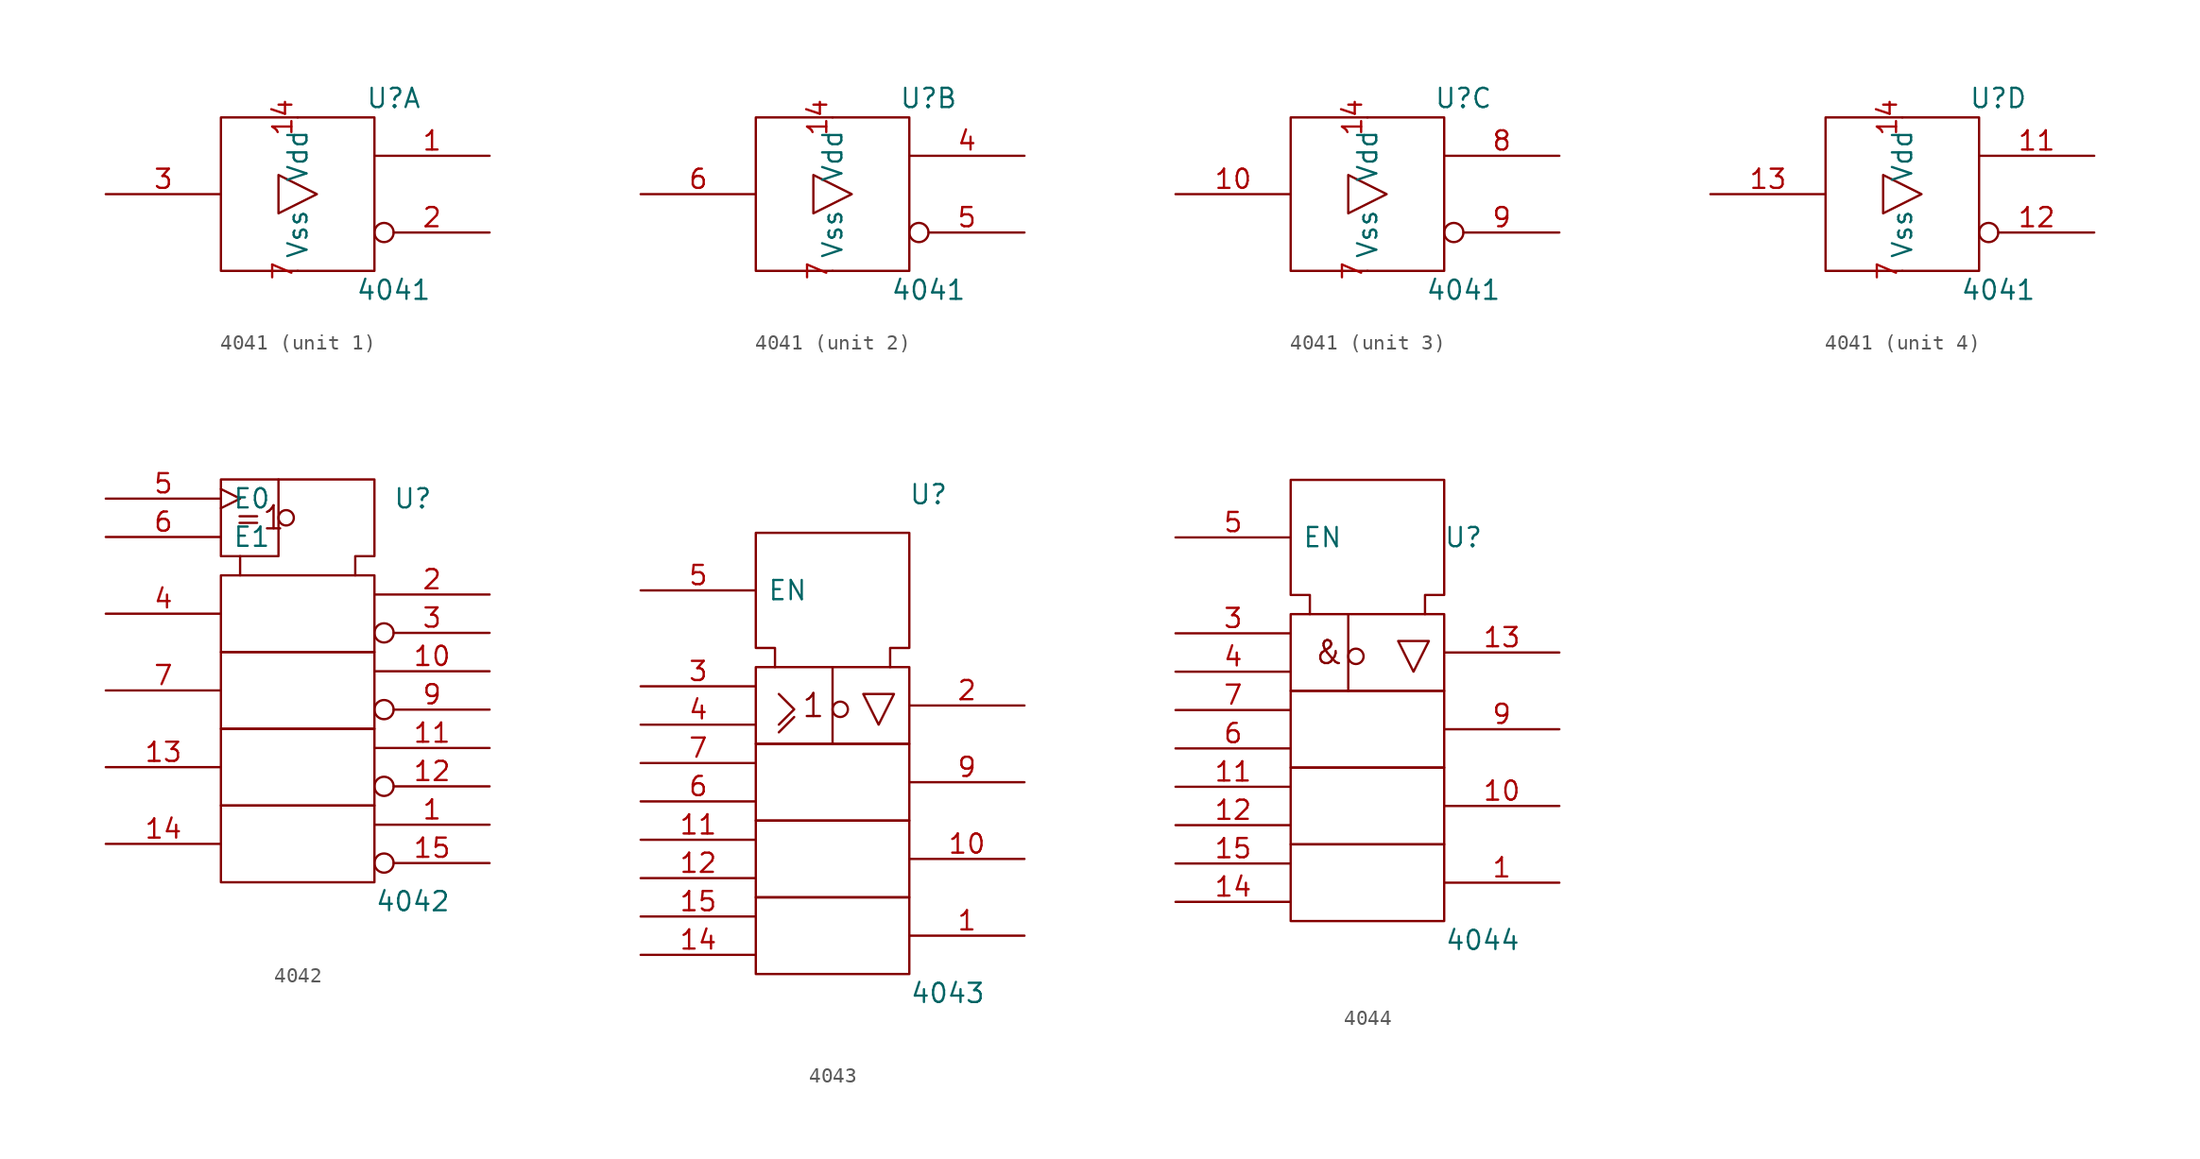
<source format=kicad_sym>
(kicad_symbol_lib
  (version 20201005)
  (generator kicad_symbol_editor)
  (symbol "4xxx_IEEE:4041"
    (pin_names
      (offset 0.762))
    (property "Reference" "U"
      (at 6.35 6.35 0)
      (effects (font (size 1.27 1.27))))
    (property "Value" "4041"
      (at 6.35 -6.35 0)
      (effects (font (size 1.27 1.27))))
    (symbol "4041_0_0"
      (rectangle (start -5.08 5.08) (end 5.08 -5.08) (stroke (width 0)) (fill (type none)))
      (polyline (pts (xy -1.27 1.27) (xy -1.27 -1.27) (xy 1.27 0) (xy -1.27 1.27) (xy -1.27 1.27)) (stroke (width 0)) (fill (type none))))
    (symbol "4041_0_1"
      (pin power_in line (at 0 5.08 270) (length 0) (name "Vdd" (effects (font (size 1.27 1.27)))) (number "14" (effects (font (size 1.27 1.27)))))
      (pin power_in line (at 0 -5.08 90) (length 0) (name "Vss" (effects (font (size 1.27 1.27)))) (number "7" (effects (font (size 1.27 1.27))))))
    (symbol "4041_1_1"
      (pin output line (at 12.7 2.54 180) (length 7.62) (name "~" (effects (font (size 1.27 1.27)))) (number "1" (effects (font (size 1.27 1.27)))))
      (pin output inverted (at 12.7 -2.54 180) (length 7.62) (name "~" (effects (font (size 1.27 1.27)))) (number "2" (effects (font (size 1.27 1.27)))))
      (pin output line (at -12.7 0 0) (length 7.62) (name "~" (effects (font (size 1.27 1.27)))) (number "3" (effects (font (size 1.27 1.27))))))
    (symbol "4041_2_1"
      (pin output line (at 12.7 2.54 180) (length 7.62) (name "~" (effects (font (size 1.27 1.27)))) (number "4" (effects (font (size 1.27 1.27)))))
      (pin output inverted (at 12.7 -2.54 180) (length 7.62) (name "~" (effects (font (size 1.27 1.27)))) (number "5" (effects (font (size 1.27 1.27)))))
      (pin output line (at -12.7 0 0) (length 7.62) (name "~" (effects (font (size 1.27 1.27)))) (number "6" (effects (font (size 1.27 1.27))))))
    (symbol "4041_3_1"
      (pin output line (at -12.7 0 0) (length 7.62) (name "~" (effects (font (size 1.27 1.27)))) (number "10" (effects (font (size 1.27 1.27)))))
      (pin output line (at 12.7 2.54 180) (length 7.62) (name "~" (effects (font (size 1.27 1.27)))) (number "8" (effects (font (size 1.27 1.27)))))
      (pin output inverted (at 12.7 -2.54 180) (length 7.62) (name "~" (effects (font (size 1.27 1.27)))) (number "9" (effects (font (size 1.27 1.27))))))
    (symbol "4041_4_1"
      (pin output line (at 12.7 2.54 180) (length 7.62) (name "~" (effects (font (size 1.27 1.27)))) (number "11" (effects (font (size 1.27 1.27)))))
      (pin output inverted (at 12.7 -2.54 180) (length 7.62) (name "~" (effects (font (size 1.27 1.27)))) (number "12" (effects (font (size 1.27 1.27)))))
      (pin output line (at -12.7 0 0) (length 7.62) (name "~" (effects (font (size 1.27 1.27)))) (number "13" (effects (font (size 1.27 1.27)))))))
  (symbol "4xxx_IEEE:4042"
    (pin_names
      (offset 0.762))
    (property "Reference" "U"
      (at 7.62 11.43 0)
      (effects (font (size 1.27 1.27))))
    (property "Value" "4042"
      (at 7.62 -15.24 0)
      (effects (font (size 1.27 1.27))))
    (symbol "4042_0_0"
      (circle (center -0.762 10.16) (radius 0.508) (stroke (width 0)) (fill (type none)))
      (text "=1" (at -2.54 10.16 0) (effects (font (size 1.524 1.524))))
      (polyline (pts (xy -1.27 12.7) (xy -1.27 7.62) (xy -3.81 7.62) (xy -3.81 7.62)) (stroke (width 0)) (fill (type none))))
    (symbol "4042_0_1"
      (rectangle (start -5.08 -8.89) (end 5.08 -13.97) (stroke (width 0)) (fill (type none)))
      (rectangle (start -5.08 1.27) (end 5.08 -3.81) (stroke (width 0)) (fill (type none)))
      (rectangle (start 5.08 -3.81) (end -5.08 -8.89) (stroke (width 0)) (fill (type none)))
      (rectangle (start 5.08 6.35) (end -5.08 1.27) (stroke (width 0)) (fill (type none)))
      (polyline (pts (xy -3.81 6.35) (xy -3.81 7.62) (xy -5.08 7.62) (xy -5.08 12.7) (xy 5.08 12.7) (xy 5.08 7.62) (xy 3.81 7.62) (xy 3.81 6.35) (xy 3.81 6.35)) (stroke (width 0)) (fill (type none))))
    (symbol "4042_1_0"
      (pin output line (at 12.7 -10.16 180) (length 7.62) (name "~" (effects (font (size 1.27 1.27)))) (number "1" (effects (font (size 1.27 1.27)))))
      (pin output line (at 12.7 0 180) (length 7.62) (name "~" (effects (font (size 1.27 1.27)))) (number "10" (effects (font (size 1.27 1.27)))))
      (pin output line (at 12.7 -5.08 180) (length 7.62) (name "~" (effects (font (size 1.27 1.27)))) (number "11" (effects (font (size 1.27 1.27)))))
      (pin output inverted (at 12.7 -7.62 180) (length 7.62) (name "~" (effects (font (size 1.27 1.27)))) (number "12" (effects (font (size 1.27 1.27)))))
      (pin input line (at -12.7 -6.35 0) (length 7.62) (name "~" (effects (font (size 1.27 1.27)))) (number "13" (effects (font (size 1.27 1.27)))))
      (pin input line (at -12.7 -11.43 0) (length 7.62) (name "~" (effects (font (size 1.27 1.27)))) (number "14" (effects (font (size 1.27 1.27)))))
      (pin output inverted (at 12.7 -12.7 180) (length 7.62) (name "~" (effects (font (size 1.27 1.27)))) (number "15" (effects (font (size 1.27 1.27)))))
      (pin power_in line (at 3.81 12.7 270) (length 0) hide (name "Vdd" (effects (font (size 1.27 1.27)))) (number "16" (effects (font (size 1.27 1.27)))))
      (pin output line (at 12.7 5.08 180) (length 7.62) (name "~" (effects (font (size 1.27 1.27)))) (number "2" (effects (font (size 1.27 1.27)))))
      (pin output inverted (at 12.7 2.54 180) (length 7.62) (name "~" (effects (font (size 1.27 1.27)))) (number "3" (effects (font (size 1.27 1.27)))))
      (pin input line (at -12.7 3.81 0) (length 7.62) (name "~" (effects (font (size 1.27 1.27)))) (number "4" (effects (font (size 1.27 1.27)))))
      (pin input clock (at -12.7 11.43 0) (length 7.62) (name "E0" (effects (font (size 1.27 1.27)))) (number "5" (effects (font (size 1.27 1.27)))))
      (pin input line (at -12.7 8.89 0) (length 7.62) (name "E1" (effects (font (size 1.27 1.27)))) (number "6" (effects (font (size 1.27 1.27)))))
      (pin input line (at -12.7 -1.27 0) (length 7.62) (name "~" (effects (font (size 1.27 1.27)))) (number "7" (effects (font (size 1.27 1.27)))))
      (pin power_in line (at 1.27 12.7 270) (length 0) hide (name "Vss" (effects (font (size 1.27 1.27)))) (number "8" (effects (font (size 1.27 1.27)))))
      (pin output inverted (at 12.7 -2.54 180) (length 7.62) (name "~" (effects (font (size 1.27 1.27)))) (number "9" (effects (font (size 1.27 1.27)))))))
  (symbol "4xxx_IEEE:4043"
    (pin_names
      (offset 0.762))
    (property "Reference" "U"
      (at 6.35 12.7 0)
      (effects (font (size 1.27 1.27))))
    (property "Value" "4043"
      (at 7.62 -20.32 0)
      (effects (font (size 1.27 1.27))))
    (symbol "4043_0_0"
      (circle (center 0.508 -1.524) (radius 0.508) (stroke (width 0)) (fill (type none)))
      (text "1" (at -1.27 -1.27 0) (effects (font (size 1.524 1.524))))
      (rectangle (start -5.08 -13.97) (end 5.08 -19.05) (stroke (width 0)) (fill (type none)))
      (rectangle (start -5.08 -8.89) (end 5.08 -13.97) (stroke (width 0)) (fill (type none)))
      (rectangle (start -5.08 -3.81) (end 5.08 -8.89) (stroke (width 0)) (fill (type none)))
      (rectangle (start -5.08 1.27) (end 5.08 -3.81) (stroke (width 0)) (fill (type none)))
      (polyline (pts (xy -3.556 -3.048) (xy -2.54 -2.032) (xy -2.54 -2.032)) (stroke (width 0)) (fill (type none)))
      (polyline (pts (xy 0 1.27) (xy 0 -3.81) (xy 0 -3.81)) (stroke (width 0)) (fill (type none)))
      (polyline (pts (xy -3.556 -0.508) (xy -2.54 -1.524) (xy -3.556 -2.54) (xy -3.556 -2.54)) (stroke (width 0)) (fill (type none)))
      (polyline (pts (xy 2.032 -0.508) (xy 3.048 -2.54) (xy 4.064 -0.508) (xy 2.032 -0.508) (xy 2.032 -0.508)) (stroke (width 0)) (fill (type none)))
      (polyline (pts (xy -3.81 1.27) (xy -3.81 2.54) (xy -5.08 2.54) (xy -5.08 10.16) (xy 5.08 10.16) (xy 5.08 2.54) (xy 3.81 2.54) (xy 3.81 1.27) (xy 3.81 1.27)) (stroke (width 0)) (fill (type none))))
    (symbol "4043_1_0"
      (pin output line (at 12.7 -16.51 180) (length 7.62) (name "~" (effects (font (size 1.27 1.27)))) (number "1" (effects (font (size 1.27 1.27)))))
      (pin output line (at 12.7 -11.43 180) (length 7.62) (name "~" (effects (font (size 1.27 1.27)))) (number "10" (effects (font (size 1.27 1.27)))))
      (pin input line (at -12.7 -10.16 0) (length 7.62) (name "~" (effects (font (size 1.27 1.27)))) (number "11" (effects (font (size 1.27 1.27)))))
      (pin input line (at -12.7 -12.7 0) (length 7.62) (name "~" (effects (font (size 1.27 1.27)))) (number "12" (effects (font (size 1.27 1.27)))))
      (pin input line (at -12.7 -17.78 0) (length 7.62) (name "~" (effects (font (size 1.27 1.27)))) (number "14" (effects (font (size 1.27 1.27)))))
      (pin input line (at -12.7 -15.24 0) (length 7.62) (name "~" (effects (font (size 1.27 1.27)))) (number "15" (effects (font (size 1.27 1.27)))))
      (pin input line (at 3.81 10.16 270) (length 0) hide (name "Vdd" (effects (font (size 1.27 1.27)))) (number "16" (effects (font (size 1.27 1.27)))))
      (pin output line (at 12.7 -1.27 180) (length 7.62) (name "~" (effects (font (size 1.27 1.27)))) (number "2" (effects (font (size 1.27 1.27)))))
      (pin input line (at -12.7 0 0) (length 7.62) (name "~" (effects (font (size 1.27 1.27)))) (number "3" (effects (font (size 1.27 1.27)))))
      (pin input line (at -12.7 -2.54 0) (length 7.62) (name "~" (effects (font (size 1.27 1.27)))) (number "4" (effects (font (size 1.27 1.27)))))
      (pin input line (at -12.7 6.35 0) (length 7.62) (name "EN" (effects (font (size 1.27 1.27)))) (number "5" (effects (font (size 1.27 1.27)))))
      (pin input line (at -12.7 -7.62 0) (length 7.62) (name "~" (effects (font (size 1.27 1.27)))) (number "6" (effects (font (size 1.27 1.27)))))
      (pin input line (at -12.7 -5.08 0) (length 7.62) (name "~" (effects (font (size 1.27 1.27)))) (number "7" (effects (font (size 1.27 1.27)))))
      (pin input line (at 0 10.16 270) (length 0) hide (name "Vss" (effects (font (size 1.27 1.27)))) (number "8" (effects (font (size 1.27 1.27)))))
      (pin output line (at 12.7 -6.35 180) (length 7.62) (name "~" (effects (font (size 1.27 1.27)))) (number "9" (effects (font (size 1.27 1.27)))))))
  (symbol "4xxx_IEEE:4044"
    (pin_names
      (offset 0.762))
    (property "Reference" "U"
      (at 6.35 6.35 0)
      (effects (font (size 1.27 1.27))))
    (property "Value" "4044"
      (at 7.62 -20.32 0)
      (effects (font (size 1.27 1.27))))
    (symbol "4044_0_0"
      (circle (center -0.762 -1.524) (radius 0.508) (stroke (width 0)) (fill (type none)))
      (text "&" (at -2.54 -1.27 0) (effects (font (size 1.524 1.524))))
      (rectangle (start -5.08 -13.97) (end 5.08 -19.05) (stroke (width 0)) (fill (type none)))
      (rectangle (start -5.08 -8.89) (end 5.08 -13.97) (stroke (width 0)) (fill (type none)))
      (rectangle (start -5.08 -3.81) (end 5.08 -8.89) (stroke (width 0)) (fill (type none)))
      (rectangle (start -5.08 1.27) (end 5.08 -3.81) (stroke (width 0)) (fill (type none)))
      (polyline (pts (xy -1.27 1.27) (xy -1.27 -3.81) (xy -1.27 -3.81)) (stroke (width 0)) (fill (type none)))
      (polyline (pts (xy 2.032 -0.508) (xy 3.048 -2.54) (xy 4.064 -0.508) (xy 2.032 -0.508) (xy 2.032 -0.508)) (stroke (width 0)) (fill (type none)))
      (polyline (pts (xy -3.81 1.27) (xy -3.81 2.54) (xy -5.08 2.54) (xy -5.08 10.16) (xy 5.08 10.16) (xy 5.08 2.54) (xy 3.81 2.54) (xy 3.81 1.27) (xy 3.81 1.27)) (stroke (width 0)) (fill (type none))))
    (symbol "4044_1_0"
      (pin output line (at 12.7 -16.51 180) (length 7.62) (name "~" (effects (font (size 1.27 1.27)))) (number "1" (effects (font (size 1.27 1.27)))))
      (pin output line (at 12.7 -11.43 180) (length 7.62) (name "~" (effects (font (size 1.27 1.27)))) (number "10" (effects (font (size 1.27 1.27)))))
      (pin input line (at -12.7 -10.16 0) (length 7.62) (name "~" (effects (font (size 1.27 1.27)))) (number "11" (effects (font (size 1.27 1.27)))))
      (pin input line (at -12.7 -12.7 0) (length 7.62) (name "~" (effects (font (size 1.27 1.27)))) (number "12" (effects (font (size 1.27 1.27)))))
      (pin output line (at 12.7 -1.27 180) (length 7.62) (name "~" (effects (font (size 1.27 1.27)))) (number "13" (effects (font (size 1.27 1.27)))))
      (pin input line (at -12.7 -17.78 0) (length 7.62) (name "~" (effects (font (size 1.27 1.27)))) (number "14" (effects (font (size 1.27 1.27)))))
      (pin input line (at -12.7 -15.24 0) (length 7.62) (name "~" (effects (font (size 1.27 1.27)))) (number "15" (effects (font (size 1.27 1.27)))))
      (pin power_in line (at 3.81 10.16 270) (length 0) hide (name "Vdd" (effects (font (size 1.27 1.27)))) (number "16" (effects (font (size 1.27 1.27)))))
      (pin input line (at -12.7 0 0) (length 7.62) (name "~" (effects (font (size 1.27 1.27)))) (number "3" (effects (font (size 1.27 1.27)))))
      (pin input line (at -12.7 -2.54 0) (length 7.62) (name "~" (effects (font (size 1.27 1.27)))) (number "4" (effects (font (size 1.27 1.27)))))
      (pin input line (at -12.7 6.35 0) (length 7.62) (name "EN" (effects (font (size 1.27 1.27)))) (number "5" (effects (font (size 1.27 1.27)))))
      (pin input line (at -12.7 -7.62 0) (length 7.62) (name "~" (effects (font (size 1.27 1.27)))) (number "6" (effects (font (size 1.27 1.27)))))
      (pin input line (at -12.7 -5.08 0) (length 7.62) (name "~" (effects (font (size 1.27 1.27)))) (number "7" (effects (font (size 1.27 1.27)))))
      (pin power_in line (at 0 10.16 270) (length 0) hide (name "Vss" (effects (font (size 1.27 1.27)))) (number "8" (effects (font (size 1.27 1.27)))))
      (pin output line (at 12.7 -6.35 180) (length 7.62) (name "~" (effects (font (size 1.27 1.27)))) (number "9" (effects (font (size 1.27 1.27))))))))
</source>
